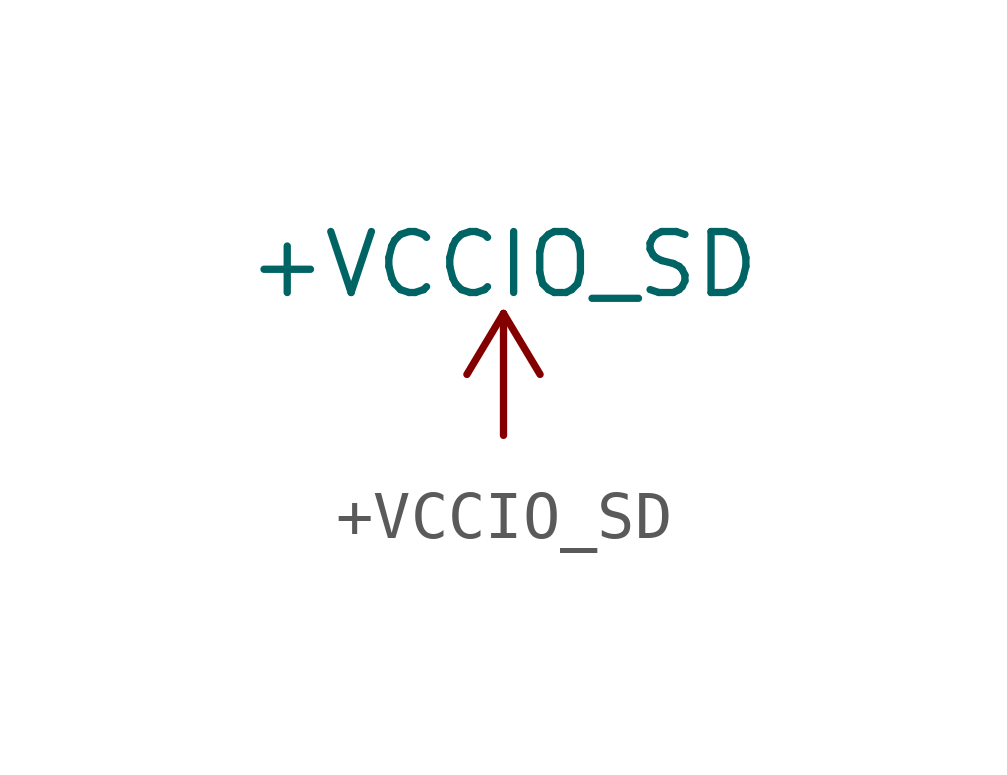
<source format=kicad_sym>
(kicad_symbol_lib
  (version 20201005)
  (generator kicad_symbol_editor)
  (symbol "symbols:+VCCIO_SD"
    (power)
    (pin_names
      (offset 0))
    (property "Reference" "#PWR"
      (at 0 -3.81 0)
      (effects (font (size 1.27 1.27)) hide))
    (property "Value" "+VCCIO_SD"
      (at 0 3.556 0)
      (effects (font (size 1.27 1.27))))
    (symbol "+VCCIO_SD_0_1"
      (polyline (pts (xy -0.762 1.27) (xy 0 2.54)) (stroke (width 0)) (fill (type none)))
      (polyline (pts (xy 0 0) (xy 0 2.54)) (stroke (width 0)) (fill (type none)))
      (polyline (pts (xy 0 2.54) (xy 0.762 1.27)) (stroke (width 0)) (fill (type none))))
    (symbol "+VCCIO_SD_1_1"
      (pin power_in line (at 0 0 90) (length 0) hide (name "+VCCIO_WL" (effects (font (size 1.27 1.27)))) (number "1" (effects (font (size 1.27 1.27))))))))
</source>
